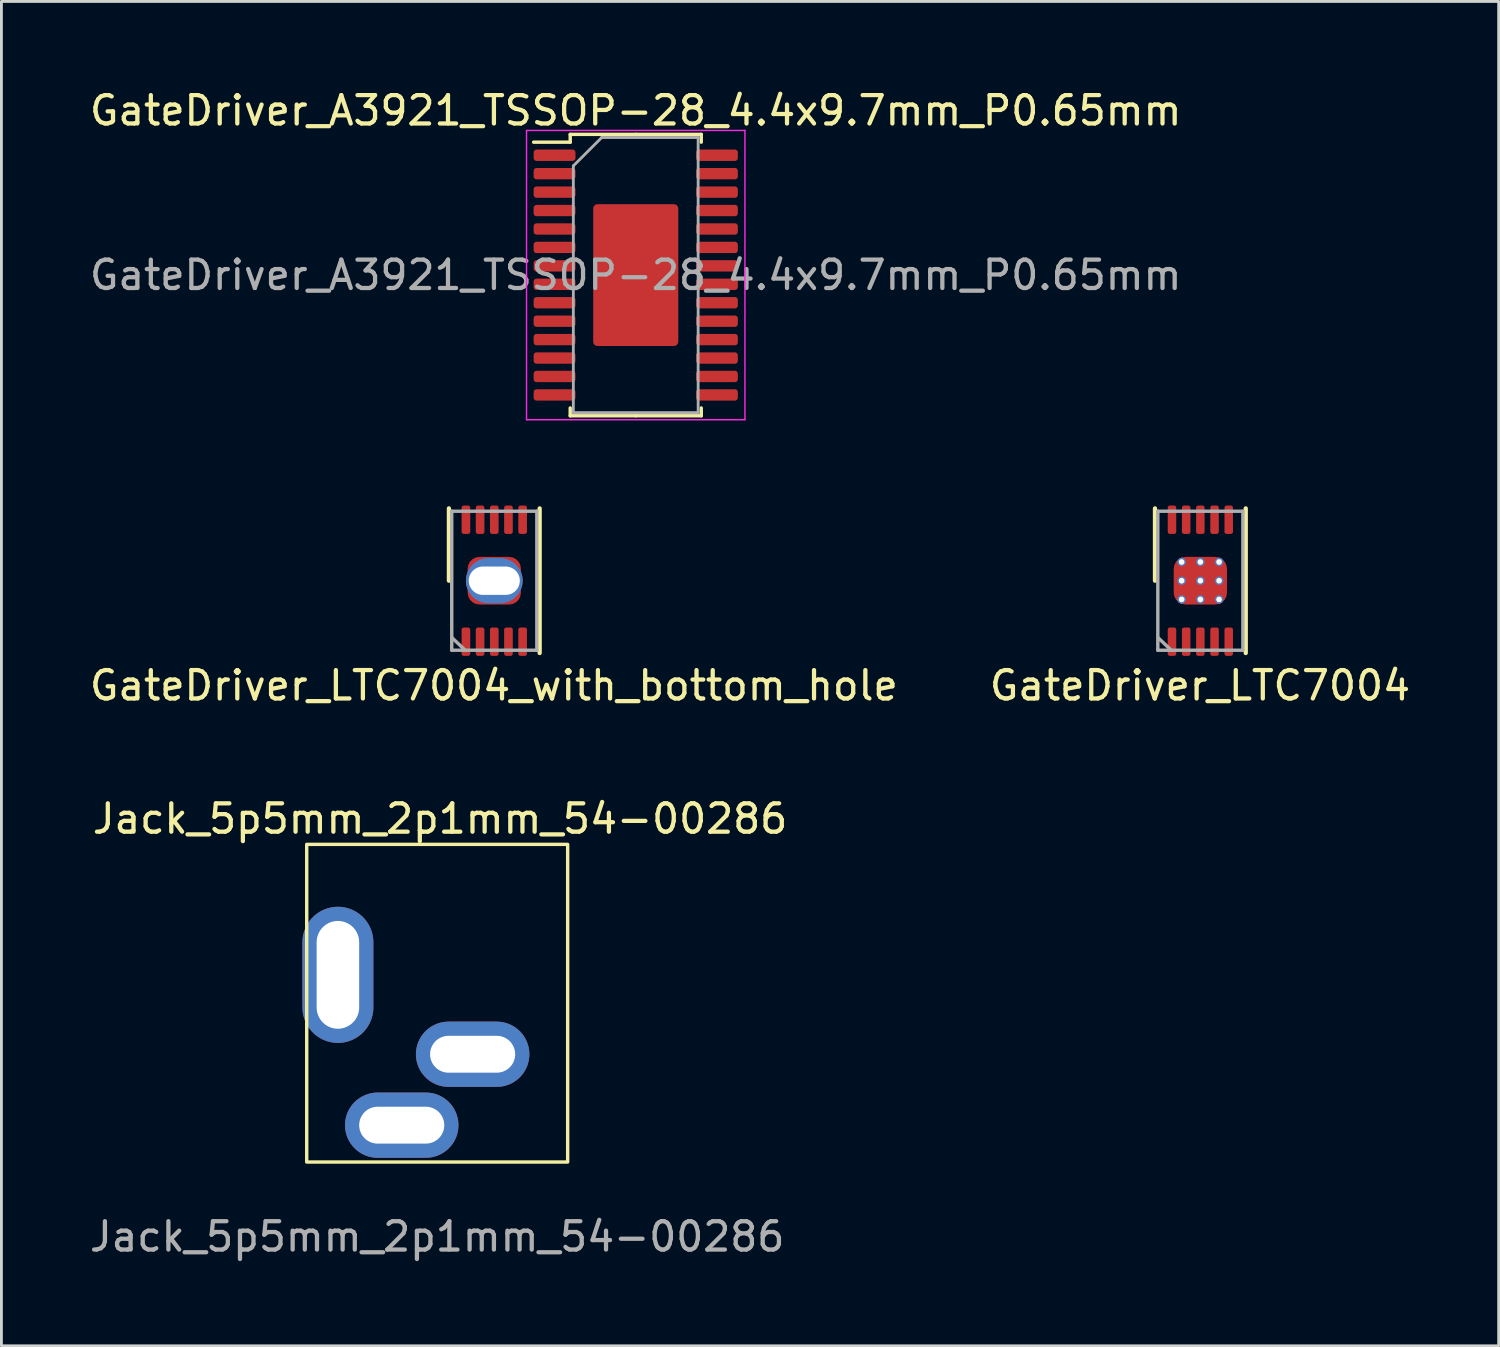
<source format=kicad_pcb>
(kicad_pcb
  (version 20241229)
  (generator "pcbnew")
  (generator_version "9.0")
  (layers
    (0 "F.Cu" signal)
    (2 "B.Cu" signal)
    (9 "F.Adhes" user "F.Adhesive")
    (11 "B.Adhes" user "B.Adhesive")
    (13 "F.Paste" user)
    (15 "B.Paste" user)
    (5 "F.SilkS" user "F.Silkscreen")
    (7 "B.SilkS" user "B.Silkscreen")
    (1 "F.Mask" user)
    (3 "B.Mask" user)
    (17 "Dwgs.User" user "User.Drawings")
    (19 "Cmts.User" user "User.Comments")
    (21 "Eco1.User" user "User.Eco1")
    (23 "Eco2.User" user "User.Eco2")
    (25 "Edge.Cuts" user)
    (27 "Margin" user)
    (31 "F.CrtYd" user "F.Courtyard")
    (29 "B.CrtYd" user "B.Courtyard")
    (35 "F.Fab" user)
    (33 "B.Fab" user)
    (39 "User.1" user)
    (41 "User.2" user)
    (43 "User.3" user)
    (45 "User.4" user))
  (footprint "GateDriver_A3921_TSSOP-28_4.4x9.7mm_P0.65mm"
    (layer "F.Cu")
    (at 19.363 6.648)
    (property "Reference" "GateDriver_A3921_TSSOP-28_4.4x9.7mm_P0.65mm" (at 0 -5.8 0) (layer "F.SilkS") (effects (font (size 1 1) (thickness 0.15))))
    (attr smd)
    (fp_line (start -2.31 -4.96) (end -2.31 -4.685) (stroke (width 0.12) (type solid)) (layer "F.SilkS"))
    (fp_line (start -2.31 -4.685) (end -3.6 -4.685) (stroke (width 0.12) (type solid)) (layer "F.SilkS"))
    (fp_line (start -2.31 4.96) (end -2.31 4.685) (stroke (width 0.12) (type solid)) (layer "F.SilkS"))
    (fp_line (start 0 -4.96) (end -2.31 -4.96) (stroke (width 0.12) (type solid)) (layer "F.SilkS"))
    (fp_line (start 0 -4.96) (end 2.31 -4.96) (stroke (width 0.12) (type solid)) (layer "F.SilkS"))
    (fp_line (start 0 4.96) (end -2.31 4.96) (stroke (width 0.12) (type solid)) (layer "F.SilkS"))
    (fp_line (start 0 4.96) (end 2.31 4.96) (stroke (width 0.12) (type solid)) (layer "F.SilkS"))
    (fp_line (start 2.31 -4.96) (end 2.31 -4.685) (stroke (width 0.12) (type solid)) (layer "F.SilkS"))
    (fp_line (start 2.31 4.96) (end 2.31 4.685) (stroke (width 0.12) (type solid)) (layer "F.SilkS"))
    (fp_line (start -3.85 -5.1) (end -3.85 5.1) (stroke (width 0.05) (type solid)) (layer "F.CrtYd"))
    (fp_line (start -3.85 5.1) (end 3.85 5.1) (stroke (width 0.05) (type solid)) (layer "F.CrtYd"))
    (fp_line (start 3.85 -5.1) (end -3.85 -5.1) (stroke (width 0.05) (type solid)) (layer "F.CrtYd"))
    (fp_line (start 3.85 5.1) (end 3.85 -5.1) (stroke (width 0.05) (type solid)) (layer "F.CrtYd"))
    (fp_line (start -2.2 -3.85) (end -1.2 -4.85) (stroke (width 0.1) (type solid)) (layer "F.Fab"))
    (fp_line (start -2.2 4.85) (end -2.2 -3.85) (stroke (width 0.1) (type solid)) (layer "F.Fab"))
    (fp_line (start -1.2 -4.85) (end 2.2 -4.85) (stroke (width 0.1) (type solid)) (layer "F.Fab"))
    (fp_line (start 2.2 -4.85) (end 2.2 4.85) (stroke (width 0.1) (type solid)) (layer "F.Fab"))
    (fp_line (start 2.2 4.85) (end -2.2 4.85) (stroke (width 0.1) (type solid)) (layer "F.Fab"))
    (fp_text user "${REFERENCE}" (at 0 0 0) (layer "F.Fab") (effects (font (size 1 1) (thickness 0.15))))
    (pad "1" smd roundrect (at -2.862 -4.225) (size 1.475 0.4) (layers "F.Cu" "F.Mask" "F.Paste") (roundrect_rratio 0.25))
    (pad "2" smd roundrect (at -2.862 -3.575) (size 1.475 0.4) (layers "F.Cu" "F.Mask" "F.Paste") (roundrect_rratio 0.25))
    (pad "3" smd roundrect (at -2.862 -2.925) (size 1.475 0.4) (layers "F.Cu" "F.Mask" "F.Paste") (roundrect_rratio 0.25))
    (pad "4" smd roundrect (at -2.862 -2.275) (size 1.475 0.4) (layers "F.Cu" "F.Mask" "F.Paste") (roundrect_rratio 0.25))
    (pad "5" smd roundrect (at -2.862 -1.625) (size 1.475 0.4) (layers "F.Cu" "F.Mask" "F.Paste") (roundrect_rratio 0.25))
    (pad "6" smd roundrect (at -2.862 -0.975) (size 1.475 0.4) (layers "F.Cu" "F.Mask" "F.Paste") (roundrect_rratio 0.25))
    (pad "7" smd roundrect (at -2.862 -0.325) (size 1.475 0.4) (layers "F.Cu" "F.Mask" "F.Paste") (roundrect_rratio 0.25))
    (pad "8" smd roundrect (at -2.862 0.325) (size 1.475 0.4) (layers "F.Cu" "F.Mask" "F.Paste") (roundrect_rratio 0.25))
    (pad "9" smd roundrect (at -2.862 0.975) (size 1.475 0.4) (layers "F.Cu" "F.Mask" "F.Paste") (roundrect_rratio 0.25))
    (pad "10" smd roundrect (at -2.862 1.625) (size 1.475 0.4) (layers "F.Cu" "F.Mask" "F.Paste") (roundrect_rratio 0.25))
    (pad "11" smd roundrect (at -2.862 2.275) (size 1.475 0.4) (layers "F.Cu" "F.Mask" "F.Paste") (roundrect_rratio 0.25))
    (pad "12" smd roundrect (at -2.862 2.925) (size 1.475 0.4) (layers "F.Cu" "F.Mask" "F.Paste") (roundrect_rratio 0.25))
    (pad "13" smd roundrect (at -2.862 3.575) (size 1.475 0.4) (layers "F.Cu" "F.Mask" "F.Paste") (roundrect_rratio 0.25))
    (pad "14" smd roundrect (at -2.862 4.225) (size 1.475 0.4) (layers "F.Cu" "F.Mask" "F.Paste") (roundrect_rratio 0.25))
    (pad "15" smd roundrect (at 2.862 4.225) (size 1.475 0.4) (layers "F.Cu" "F.Mask" "F.Paste") (roundrect_rratio 0.25))
    (pad "16" smd roundrect (at 2.862 3.575) (size 1.475 0.4) (layers "F.Cu" "F.Mask" "F.Paste") (roundrect_rratio 0.25))
    (pad "17" smd roundrect (at 2.862 2.925) (size 1.475 0.4) (layers "F.Cu" "F.Mask" "F.Paste") (roundrect_rratio 0.25))
    (pad "18" smd roundrect (at 2.862 2.275) (size 1.475 0.4) (layers "F.Cu" "F.Mask" "F.Paste") (roundrect_rratio 0.25))
    (pad "19" smd roundrect (at 2.862 1.625) (size 1.475 0.4) (layers "F.Cu" "F.Mask" "F.Paste") (roundrect_rratio 0.25))
    (pad "20" smd roundrect (at 2.862 0.975) (size 1.475 0.4) (layers "F.Cu" "F.Mask" "F.Paste") (roundrect_rratio 0.25))
    (pad "21" smd roundrect (at 2.862 0.325) (size 1.475 0.4) (layers "F.Cu" "F.Mask" "F.Paste") (roundrect_rratio 0.25))
    (pad "22" smd roundrect (at 2.862 -0.325) (size 1.475 0.4) (layers "F.Cu" "F.Mask" "F.Paste") (roundrect_rratio 0.25))
    (pad "23" smd roundrect (at 2.862 -0.975) (size 1.475 0.4) (layers "F.Cu" "F.Mask" "F.Paste") (roundrect_rratio 0.25))
    (pad "24" smd roundrect (at 2.862 -1.625) (size 1.475 0.4) (layers "F.Cu" "F.Mask" "F.Paste") (roundrect_rratio 0.25))
    (pad "25" smd roundrect (at 2.862 -2.275) (size 1.475 0.4) (layers "F.Cu" "F.Mask" "F.Paste") (roundrect_rratio 0.25))
    (pad "26" smd roundrect (at 2.862 -2.925) (size 1.475 0.4) (layers "F.Cu" "F.Mask" "F.Paste") (roundrect_rratio 0.25))
    (pad "27" smd roundrect (at 2.862 -3.575) (size 1.475 0.4) (layers "F.Cu" "F.Mask" "F.Paste") (roundrect_rratio 0.25))
    (pad "28" smd roundrect (at 2.862 -4.225) (size 1.475 0.4) (layers "F.Cu" "F.Mask" "F.Paste") (roundrect_rratio 0.25))
    (pad "29" smd roundrect (at 0 0) (size 3 5) (layers "F.Cu" "F.Mask" "F.Paste") (roundrect_rratio 0.05)))
  (footprint "GateDriver_LTC7004"
    (layer "F.Cu")
    (at 39.269 17.423)
    (property "Reference" "GateDriver_LTC7004" (at -0.013 3.696 0) (layer "F.SilkS") (effects (font (size 1 1) (thickness 0.15))))
    (attr through_hole)
    (fp_line (start -1.6 -2.55) (end -1.6 0) (stroke (width 0.15) (type solid)) (layer "F.SilkS"))
    (fp_line (start 1.6 -2.55) (end 1.6 2.55) (stroke (width 0.15) (type solid)) (layer "F.SilkS"))
    (fp_line (start -1.5 -2.45) (end -1.5 2.45) (stroke (width 0.12) (type solid)) (layer "F.Fab"))
    (fp_line (start -1.5 2.45) (end 1.5 2.45) (stroke (width 0.12) (type solid)) (layer "F.Fab"))
    (fp_line (start -1.488 2.012) (end -1.041 2.438) (stroke (width 0.12) (type solid)) (layer "F.Fab"))
    (fp_line (start 1.5 -2.45) (end -1.5 -2.45) (stroke (width 0.12) (type solid)) (layer "F.Fab"))
    (fp_line (start 1.5 2.45) (end 1.5 -2.45) (stroke (width 0.12) (type solid)) (layer "F.Fab"))
    (pad "1" smd roundrect (at -1 2.15) (size 0.3 1) (layers "F.Cu" "F.Mask" "F.Paste") (roundrect_rratio 0.25))
    (pad "2" smd roundrect (at -0.5 2.15) (size 0.3 1) (layers "F.Cu" "F.Mask" "F.Paste") (roundrect_rratio 0.25))
    (pad "3" smd roundrect (at 0 2.15) (size 0.3 1) (layers "F.Cu" "F.Mask" "F.Paste") (roundrect_rratio 0.25))
    (pad "4" smd roundrect (at 0.5 2.15) (size 0.3 1) (layers "F.Cu" "F.Mask" "F.Paste") (roundrect_rratio 0.25))
    (pad "5" smd roundrect (at 1 2.15) (size 0.3 1) (layers "F.Cu" "F.Mask" "F.Paste") (roundrect_rratio 0.25))
    (pad "6" smd roundrect (at 1 -2.15) (size 0.3 1) (layers "F.Cu" "F.Mask" "F.Paste") (roundrect_rratio 0.25))
    (pad "7" smd roundrect (at 0.5 -2.15) (size 0.3 1) (layers "F.Cu" "F.Mask" "F.Paste") (roundrect_rratio 0.25))
    (pad "8" smd roundrect (at 0 -2.15) (size 0.3 1) (layers "F.Cu" "F.Mask" "F.Paste") (roundrect_rratio 0.25))
    (pad "9" smd roundrect (at -0.5 -2.15) (size 0.3 1) (layers "F.Cu" "F.Mask" "F.Paste") (roundrect_rratio 0.25))
    (pad "10" smd roundrect (at -1 -2.15) (size 0.3 1) (layers "F.Cu" "F.Mask" "F.Paste") (roundrect_rratio 0.25))
    (pad "11" thru_hole circle (at -0.66 -0.66) (size 0.3 0.3) (drill 0.2) (layers "*.Cu" "*.Mask"))
    (pad "11" thru_hole circle (at -0.66 0) (size 0.3 0.3) (drill 0.2) (layers "*.Cu" "*.Mask"))
    (pad "11" thru_hole circle (at -0.66 0.66) (size 0.3 0.3) (drill 0.2) (layers "*.Cu" "*.Mask"))
    (pad "11" thru_hole circle (at 0 -0.66) (size 0.3 0.3) (drill 0.2) (layers "*.Cu" "*.Mask"))
    (pad "11" thru_hole circle (at 0 0) (size 0.3 0.3) (drill 0.2) (layers "*.Cu" "*.Mask"))
    (pad "11" smd roundrect (at 0 0) (size 1.88 1.68) (layers "F.Cu" "F.Mask" "F.Paste") (roundrect_rratio 0.25))
    (pad "11" thru_hole circle (at 0 0.66) (size 0.3 0.3) (drill 0.2) (layers "*.Cu" "*.Mask"))
    (pad "11" thru_hole circle (at 0.66 -0.66) (size 0.3 0.3) (drill 0.2) (layers "*.Cu" "*.Mask"))
    (pad "11" thru_hole circle (at 0.66 0) (size 0.3 0.3) (drill 0.2) (layers "*.Cu" "*.Mask"))
    (pad "11" thru_hole circle (at 0.66 0.66) (size 0.3 0.3) (drill 0.2) (layers "*.Cu" "*.Mask")))
  (footprint "GateDriver_LTC7004_with_bottom_hole"
    (layer "F.Cu")
    (at 14.376 17.423)
    (property "Reference" "GateDriver_LTC7004_with_bottom_hole" (at -0.013 3.696 0) (layer "F.SilkS") (effects (font (size 1 1) (thickness 0.15))))
    (attr through_hole)
    (fp_line (start -1.6 -2.55) (end -1.6 0) (stroke (width 0.15) (type solid)) (layer "F.SilkS"))
    (fp_line (start 1.6 -2.55) (end 1.6 2.55) (stroke (width 0.15) (type solid)) (layer "F.SilkS"))
    (fp_line (start -1.5 -2.45) (end -1.5 2.45) (stroke (width 0.12) (type solid)) (layer "F.Fab"))
    (fp_line (start -1.5 2.45) (end 1.5 2.45) (stroke (width 0.12) (type solid)) (layer "F.Fab"))
    (fp_line (start -1.488 2.012) (end -1.041 2.438) (stroke (width 0.12) (type solid)) (layer "F.Fab"))
    (fp_line (start 1.5 -2.45) (end -1.5 -2.45) (stroke (width 0.12) (type solid)) (layer "F.Fab"))
    (fp_line (start 1.5 2.45) (end 1.5 -2.45) (stroke (width 0.12) (type solid)) (layer "F.Fab"))
    (pad "1" smd roundrect (at -1 2.15) (size 0.305 1) (layers "F.Cu" "F.Mask" "F.Paste") (roundrect_rratio 0.25))
    (pad "2" smd roundrect (at -0.5 2.15) (size 0.305 1) (layers "F.Cu" "F.Mask" "F.Paste") (roundrect_rratio 0.25))
    (pad "3" smd roundrect (at 0 2.15) (size 0.305 1) (layers "F.Cu" "F.Mask" "F.Paste") (roundrect_rratio 0.25))
    (pad "4" smd roundrect (at 0.5 2.15) (size 0.305 1) (layers "F.Cu" "F.Mask" "F.Paste") (roundrect_rratio 0.25))
    (pad "5" smd roundrect (at 1 2.15) (size 0.305 1) (layers "F.Cu" "F.Mask" "F.Paste") (roundrect_rratio 0.25))
    (pad "6" smd roundrect (at 1 -2.15) (size 0.305 1) (layers "F.Cu" "F.Mask" "F.Paste") (roundrect_rratio 0.25))
    (pad "7" smd roundrect (at 0.5 -2.15) (size 0.305 1) (layers "F.Cu" "F.Mask" "F.Paste") (roundrect_rratio 0.25))
    (pad "8" smd roundrect (at 0 -2.15) (size 0.305 1) (layers "F.Cu" "F.Mask" "F.Paste") (roundrect_rratio 0.25))
    (pad "9" smd roundrect (at -0.5 -2.15) (size 0.305 1) (layers "F.Cu" "F.Mask" "F.Paste") (roundrect_rratio 0.25))
    (pad "10" smd roundrect (at -1 -2.15) (size 0.305 1) (layers "F.Cu" "F.Mask" "F.Paste") (roundrect_rratio 0.25))
    (pad "11" smd roundrect (at 0 0) (size 1.88 1.68) (layers "F.Cu" "F.Mask" "F.Paste") (roundrect_rratio 0.25))
    (pad "11" thru_hole oval (at 0 0) (size 2 1.6) (drill oval 1.8 1) (layers "*.Cu" "*.Mask")))
  (footprint "Jack_5p5mm_2p1mm_54-00286"
    (layer "F.Cu")
    (at 12.363 32.318)
    (property "Reference" "Jack_5p5mm_2p1mm_54-00286" (at 0.102 -6.502 0) (unlocked yes) (layer "F.SilkS") (effects (font (size 1 1) (thickness 0.15))))
    (attr through_hole)
    (fp_rect (start -4.6 -5.6) (end 4.6 5.6) (stroke (width 0.12) (type default)) (fill no) (layer "F.SilkS"))
    (fp_text user "${REFERENCE}" (at 0 8.23 0) (unlocked yes) (layer "F.Fab") (effects (font (size 1 1) (thickness 0.15))))
    (pad "1" thru_hole oval (at -3.5 -1) (size 2.5 4.8) (drill oval 1.5 3.8) (layers "*.Cu" "*.Mask"))
    (pad "2" thru_hole oval (at -1.25 4.3) (size 4 2.3) (drill oval 3 1.3) (layers "*.Cu" "*.Mask"))
    (pad "3" thru_hole oval (at 1.25 1.8) (size 4 2.3) (drill oval 3 1.3) (layers "*.Cu" "*.Mask")))
  (gr_rect
    (start -3 -3)
    (end 49.786 44.396)
    (stroke (width 0.1) (type default))
    (fill no)
    (layer "Edge.Cuts")))
</source>
